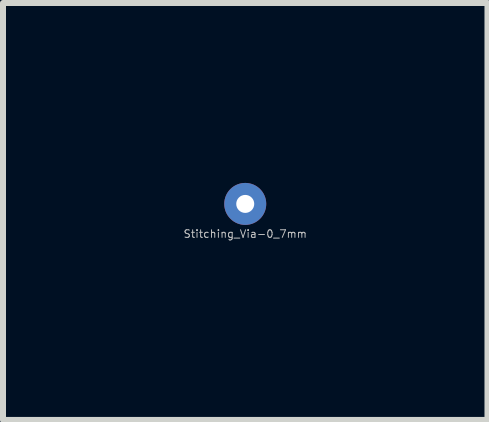
<source format=kicad_pcb>
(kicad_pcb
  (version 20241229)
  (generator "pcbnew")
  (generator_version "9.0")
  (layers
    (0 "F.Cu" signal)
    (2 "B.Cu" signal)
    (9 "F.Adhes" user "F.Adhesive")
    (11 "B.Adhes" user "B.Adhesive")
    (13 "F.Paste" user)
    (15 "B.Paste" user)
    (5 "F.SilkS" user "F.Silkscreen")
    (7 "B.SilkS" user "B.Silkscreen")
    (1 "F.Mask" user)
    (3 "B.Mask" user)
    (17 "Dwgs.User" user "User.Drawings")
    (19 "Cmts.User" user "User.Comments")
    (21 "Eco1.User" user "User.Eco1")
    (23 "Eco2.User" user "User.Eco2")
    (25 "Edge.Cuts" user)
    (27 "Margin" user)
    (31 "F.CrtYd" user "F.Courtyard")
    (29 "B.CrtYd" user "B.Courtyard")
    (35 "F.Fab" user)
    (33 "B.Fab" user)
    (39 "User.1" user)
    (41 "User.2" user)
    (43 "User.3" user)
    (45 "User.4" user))
  (footprint "Stitching_Via-0_7mm"
    (layer "F.Cu")
    (at 1.039 0.35)
    (property "Reference" "Stitching_Via-0_7mm" (at 0 0.5 0) (layer "Dwgs.User") (effects (font (size 0.127 0.127) (thickness 0.000001))))
    (attr through_hole)
    (pad "1" thru_hole circle (at 0 0) (size 0.7 0.7) (drill 0.3) (layers "*.Cu")))
  (gr_rect
    (start -3 -3)
    (end 5.078 3.952)
    (stroke (width 0.1) (type default))
    (fill no)
    (layer "Edge.Cuts")))
</source>
